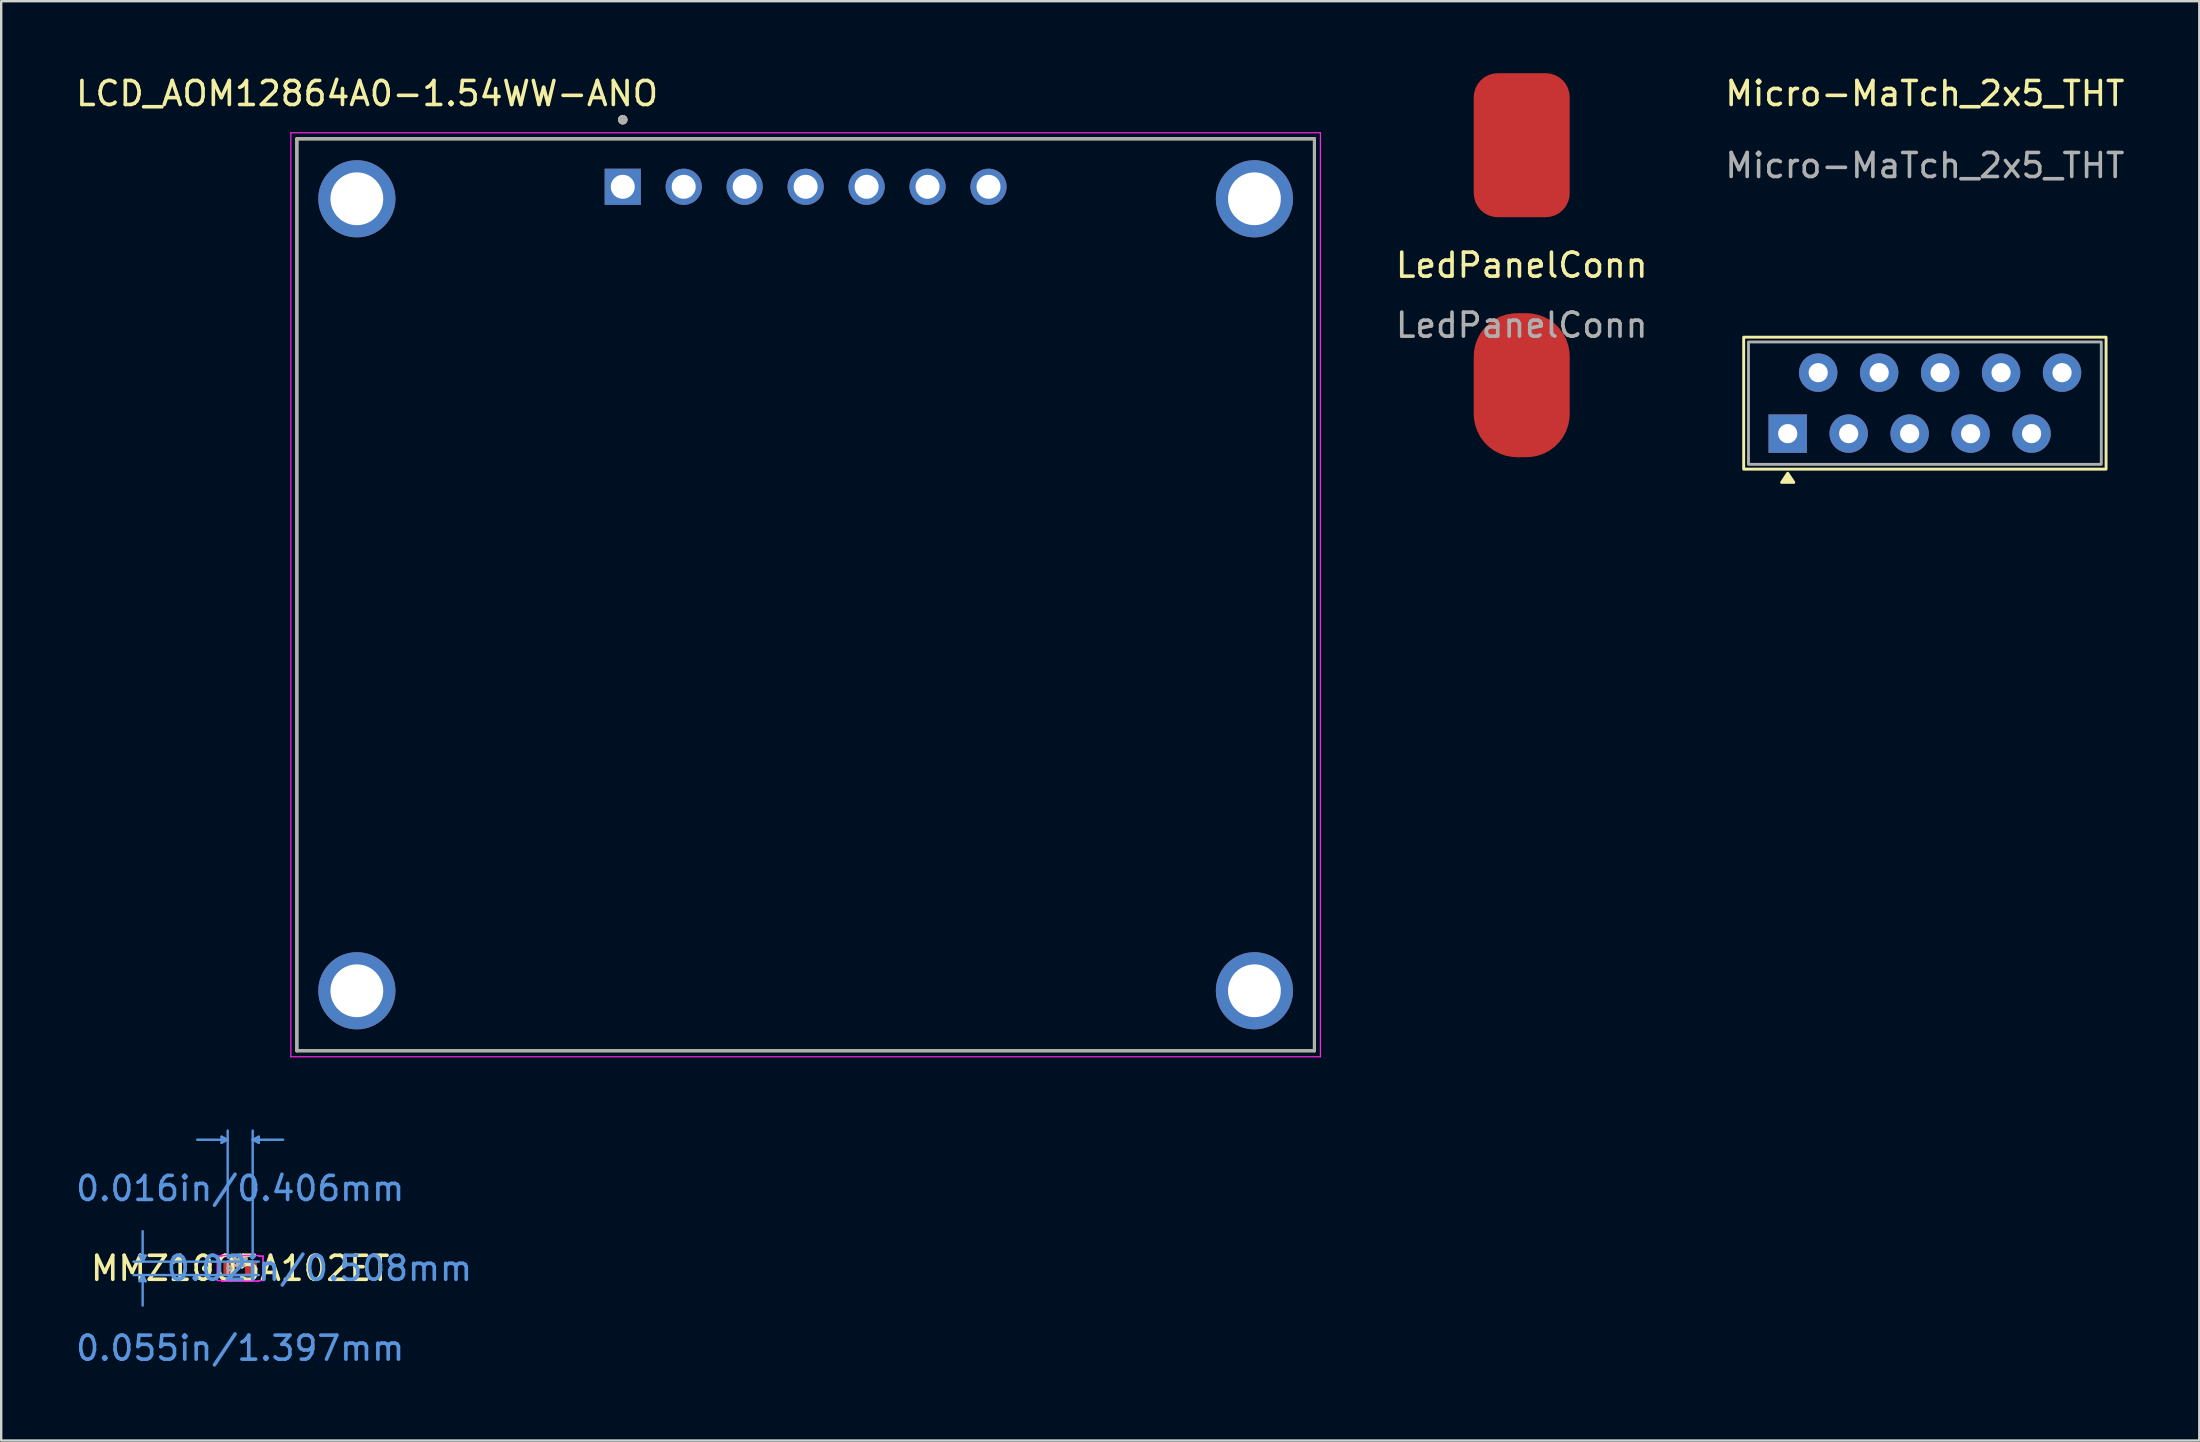
<source format=kicad_pcb>
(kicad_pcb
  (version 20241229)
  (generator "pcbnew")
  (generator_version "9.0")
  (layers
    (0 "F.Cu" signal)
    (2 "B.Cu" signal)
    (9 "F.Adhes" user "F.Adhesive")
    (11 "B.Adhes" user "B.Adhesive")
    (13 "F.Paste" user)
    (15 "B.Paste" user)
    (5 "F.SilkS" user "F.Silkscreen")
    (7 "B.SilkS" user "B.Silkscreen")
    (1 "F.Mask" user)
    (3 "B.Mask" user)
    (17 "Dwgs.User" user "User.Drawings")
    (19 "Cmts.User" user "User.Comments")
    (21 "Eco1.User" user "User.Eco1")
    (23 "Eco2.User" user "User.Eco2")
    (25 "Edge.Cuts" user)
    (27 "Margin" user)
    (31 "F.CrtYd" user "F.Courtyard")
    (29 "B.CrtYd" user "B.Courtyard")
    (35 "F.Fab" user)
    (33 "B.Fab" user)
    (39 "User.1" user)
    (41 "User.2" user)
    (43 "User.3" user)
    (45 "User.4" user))
  (footprint "LCD_AOM12864A0-1.54WW-ANO"
    (layer "F.Cu")
    (at 30.519 21.733)
    (property "Reference" "LCD_AOM12864A0-1.54WW-ANO" (at -18.275 -20.885 0) (layer "F.SilkS") (effects (font (size 1 1) (thickness 0.15))))
    (attr through_hole)
    (fp_line (start -21.2 -19) (end 21.2 -19) (stroke (width 0.127) (type solid)) (layer "F.SilkS"))
    (fp_line (start -21.2 19) (end -21.2 -19) (stroke (width 0.127) (type solid)) (layer "F.SilkS"))
    (fp_line (start 21.2 -19) (end 21.2 19) (stroke (width 0.127) (type solid)) (layer "F.SilkS"))
    (fp_line (start 21.2 19) (end -21.2 19) (stroke (width 0.127) (type solid)) (layer "F.SilkS"))
    (fp_circle (center -7.62 -19.794) (end -7.52 -19.794) (stroke (width 0.2) (type solid)) (fill no) (layer "F.SilkS"))
    (fp_line (start -21.45 -19.25) (end -21.45 19.25) (stroke (width 0.05) (type solid)) (layer "F.CrtYd"))
    (fp_line (start -21.45 19.25) (end 21.45 19.25) (stroke (width 0.05) (type solid)) (layer "F.CrtYd"))
    (fp_line (start 21.45 -19.25) (end -21.45 -19.25) (stroke (width 0.05) (type solid)) (layer "F.CrtYd"))
    (fp_line (start 21.45 19.25) (end 21.45 -19.25) (stroke (width 0.05) (type solid)) (layer "F.CrtYd"))
    (fp_line (start -21.2 -19) (end 21.2 -19) (stroke (width 0.127) (type solid)) (layer "F.Fab"))
    (fp_line (start -21.2 19) (end -21.2 -19) (stroke (width 0.127) (type solid)) (layer "F.Fab"))
    (fp_line (start 21.2 -19) (end 21.2 19) (stroke (width 0.127) (type solid)) (layer "F.Fab"))
    (fp_line (start 21.2 19) (end -21.2 19) (stroke (width 0.127) (type solid)) (layer "F.Fab"))
    (fp_circle (center -7.62 -19.794) (end -7.52 -19.794) (stroke (width 0.2) (type solid)) (fill no) (layer "F.Fab"))
    (pad "1" thru_hole rect (at -7.62 -17) (size 1.508 1.508) (drill 1) (layers "*.Cu" "*.Mask"))
    (pad "2" thru_hole circle (at -5.08 -17) (size 1.508 1.508) (drill 1) (layers "*.Cu" "*.Mask"))
    (pad "3" thru_hole circle (at -2.54 -17) (size 1.508 1.508) (drill 1) (layers "*.Cu" "*.Mask"))
    (pad "4" thru_hole circle (at 0 -17) (size 1.508 1.508) (drill 1) (layers "*.Cu" "*.Mask"))
    (pad "5" thru_hole circle (at 2.54 -17) (size 1.508 1.508) (drill 1) (layers "*.Cu" "*.Mask"))
    (pad "6" thru_hole circle (at 5.08 -17) (size 1.508 1.508) (drill 1) (layers "*.Cu" "*.Mask"))
    (pad "7" thru_hole circle (at 7.62 -17) (size 1.508 1.508) (drill 1) (layers "*.Cu" "*.Mask"))
    (pad "P1" thru_hole circle (at -18.7 -16.5) (size 3.216 3.216) (drill 2.2) (layers "*.Cu" "*.Mask"))
    (pad "P2" thru_hole circle (at 18.7 -16.5) (size 3.216 3.216) (drill 2.2) (layers "*.Cu" "*.Mask"))
    (pad "P3" thru_hole circle (at -18.7 16.5) (size 3.216 3.216) (drill 2.2) (layers "*.Cu" "*.Mask"))
    (pad "P4" thru_hole circle (at 18.7 16.5) (size 3.216 3.216) (drill 2.2) (layers "*.Cu" "*.Mask")))
  (footprint "MMZ1005A102ET"
    (layer "F.Cu")
    (at 6.958 49.799)
    (property "Reference" "MMZ1005A102ET" (at 0 0 0) (layer "F.SilkS") (effects (font (size 1 1) (thickness 0.15))))
    (attr through_hole)
    (fp_circle (center -1.46 0) (end -1.384 0) (stroke (width 0.12) (type solid)) (fill no) (layer "F.SilkS"))
    (fp_line (start -4.191 -0.533) (end -3.937 -0.533) (stroke (width 0.1) (type solid)) (layer "Cmts.User"))
    (fp_line (start -4.191 0.533) (end -3.937 0.533) (stroke (width 0.1) (type solid)) (layer "Cmts.User"))
    (fp_line (start -4.064 -0.279) (end -4.191 -0.533) (stroke (width 0.1) (type solid)) (layer "Cmts.User"))
    (fp_line (start -4.064 -0.279) (end -4.064 -1.549) (stroke (width 0.1) (type solid)) (layer "Cmts.User"))
    (fp_line (start -4.064 -0.279) (end -3.937 -0.533) (stroke (width 0.1) (type solid)) (layer "Cmts.User"))
    (fp_line (start -4.064 0.279) (end -4.191 0.533) (stroke (width 0.1) (type solid)) (layer "Cmts.User"))
    (fp_line (start -4.064 0.279) (end -4.064 1.549) (stroke (width 0.1) (type solid)) (layer "Cmts.User"))
    (fp_line (start -4.064 0.279) (end -3.937 0.533) (stroke (width 0.1) (type solid)) (layer "Cmts.User"))
    (fp_line (start -0.775 -5.486) (end -0.775 -5.232) (stroke (width 0.1) (type solid)) (layer "Cmts.User"))
    (fp_line (start -0.521 -5.359) (end -1.791 -5.359) (stroke (width 0.1) (type solid)) (layer "Cmts.User"))
    (fp_line (start -0.521 -5.359) (end -0.775 -5.486) (stroke (width 0.1) (type solid)) (layer "Cmts.User"))
    (fp_line (start -0.521 -5.359) (end -0.775 -5.232) (stroke (width 0.1) (type solid)) (layer "Cmts.User"))
    (fp_line (start -0.521 -0.508) (end -0.521 -5.74) (stroke (width 0.1) (type solid)) (layer "Cmts.User"))
    (fp_line (start 0.521 -5.359) (end 0.775 -5.486) (stroke (width 0.1) (type solid)) (layer "Cmts.User"))
    (fp_line (start 0.521 -5.359) (end 0.775 -5.232) (stroke (width 0.1) (type solid)) (layer "Cmts.User"))
    (fp_line (start 0.521 -5.359) (end 1.791 -5.359) (stroke (width 0.1) (type solid)) (layer "Cmts.User"))
    (fp_line (start 0.521 -0.508) (end 0.521 -5.74) (stroke (width 0.1) (type solid)) (layer "Cmts.User"))
    (fp_line (start 0.775 -5.486) (end 0.775 -5.232) (stroke (width 0.1) (type solid)) (layer "Cmts.User"))
    (fp_line (start 0.775 -0.279) (end -4.445 -0.279) (stroke (width 0.1) (type solid)) (layer "Cmts.User"))
    (fp_line (start 0.775 0.279) (end -4.445 0.279) (stroke (width 0.1) (type solid)) (layer "Cmts.User"))
    (fp_line (start -0.953 -0.508) (end -0.775 -0.508) (stroke (width 0.05) (type solid)) (layer "F.CrtYd"))
    (fp_line (start -0.953 -0.508) (end -0.775 -0.508) (stroke (width 0.05) (type solid)) (layer "F.CrtYd"))
    (fp_line (start -0.953 0.508) (end -0.953 -0.508) (stroke (width 0.05) (type solid)) (layer "F.CrtYd"))
    (fp_line (start -0.953 0.508) (end -0.953 -0.508) (stroke (width 0.05) (type solid)) (layer "F.CrtYd"))
    (fp_line (start -0.775 -0.533) (end 0.775 -0.533) (stroke (width 0.05) (type solid)) (layer "F.CrtYd"))
    (fp_line (start -0.775 -0.533) (end 0.775 -0.533) (stroke (width 0.05) (type solid)) (layer "F.CrtYd"))
    (fp_line (start -0.775 -0.508) (end -0.775 -0.533) (stroke (width 0.05) (type solid)) (layer "F.CrtYd"))
    (fp_line (start -0.775 -0.508) (end -0.775 -0.533) (stroke (width 0.05) (type solid)) (layer "F.CrtYd"))
    (fp_line (start -0.775 0.508) (end -0.953 0.508) (stroke (width 0.05) (type solid)) (layer "F.CrtYd"))
    (fp_line (start -0.775 0.508) (end -0.953 0.508) (stroke (width 0.05) (type solid)) (layer "F.CrtYd"))
    (fp_line (start -0.775 0.533) (end -0.775 0.508) (stroke (width 0.05) (type solid)) (layer "F.CrtYd"))
    (fp_line (start -0.775 0.533) (end -0.775 0.508) (stroke (width 0.05) (type solid)) (layer "F.CrtYd"))
    (fp_line (start 0.775 -0.533) (end 0.775 -0.508) (stroke (width 0.05) (type solid)) (layer "F.CrtYd"))
    (fp_line (start 0.775 -0.533) (end 0.775 -0.508) (stroke (width 0.05) (type solid)) (layer "F.CrtYd"))
    (fp_line (start 0.775 -0.508) (end 0.953 -0.508) (stroke (width 0.05) (type solid)) (layer "F.CrtYd"))
    (fp_line (start 0.775 -0.508) (end 0.953 -0.508) (stroke (width 0.05) (type solid)) (layer "F.CrtYd"))
    (fp_line (start 0.775 0.508) (end 0.775 0.533) (stroke (width 0.05) (type solid)) (layer "F.CrtYd"))
    (fp_line (start 0.775 0.508) (end 0.775 0.533) (stroke (width 0.05) (type solid)) (layer "F.CrtYd"))
    (fp_line (start 0.775 0.533) (end -0.775 0.533) (stroke (width 0.05) (type solid)) (layer "F.CrtYd"))
    (fp_line (start 0.775 0.533) (end -0.775 0.533) (stroke (width 0.05) (type solid)) (layer "F.CrtYd"))
    (fp_line (start 0.953 -0.508) (end 0.953 0.508) (stroke (width 0.05) (type solid)) (layer "F.CrtYd"))
    (fp_line (start 0.953 -0.508) (end 0.953 0.508) (stroke (width 0.05) (type solid)) (layer "F.CrtYd"))
    (fp_line (start 0.953 0.508) (end 0.775 0.508) (stroke (width 0.05) (type solid)) (layer "F.CrtYd"))
    (fp_line (start 0.953 0.508) (end 0.775 0.508) (stroke (width 0.05) (type solid)) (layer "F.CrtYd"))
    (fp_line (start -0.521 -0.279) (end -0.521 0.279) (stroke (width 0.1) (type solid)) (layer "F.Fab"))
    (fp_line (start -0.521 0.279) (end 0.521 0.279) (stroke (width 0.1) (type solid)) (layer "F.Fab"))
    (fp_line (start 0.521 -0.279) (end -0.521 -0.279) (stroke (width 0.1) (type solid)) (layer "F.Fab"))
    (fp_line (start 0.521 0.279) (end 0.521 -0.279) (stroke (width 0.1) (type solid)) (layer "F.Fab"))
    (fp_circle (center -0.445 0) (end -0.368 0) (stroke (width 0.1) (type solid)) (fill no) (layer "F.Fab"))
    (fp_text user "*" (at 0 0 0) (layer "F.SilkS") (effects (font (size 1 1) (thickness 0.15))))
    (fp_text user "0.016in/0.406mm" (at 0 -3.327 0) (layer "Cmts.User") (effects (font (size 1 1) (thickness 0.15))))
    (fp_text user "Copyright 2021 Accelerated Designs. All rights reserved." (at 0 0 0) (layer "Cmts.User") (effects (font (size 0.127 0.127) (thickness 0.002))))
    (fp_text user "0.055in/1.397mm" (at 0 3.327 0) (layer "Cmts.User") (effects (font (size 1 1) (thickness 0.15))))
    (fp_text user "0.02in/0.508mm" (at 3.302 0 0) (layer "Cmts.User") (effects (font (size 1 1) (thickness 0.15))))
    (fp_text user "*" (at 0 0 0) (layer "F.Fab") (effects (font (size 1 1) (thickness 0.15))))
    (pad "1" smd rect (at -0.451 0) (size 0.495 0.508) (layers "F.Cu" "F.Mask" "F.Paste"))
    (pad "2" smd rect (at 0.451 0) (size 0.495 0.508) (layers "F.Cu" "F.Mask" "F.Paste")))
  (footprint "LedPanelConn"
    (layer "F.Cu")
    (at 60.357 8)
    (property "Reference" "LedPanelConn" (at 0 0 0) (unlocked yes) (layer "F.SilkS") (effects (font (size 1 1) (thickness 0.15))))
    (attr smd)
    (fp_text user "${REFERENCE}" (at 0 2.5 0) (unlocked yes) (layer "F.Fab") (effects (font (size 1 1) (thickness 0.15))))
    (pad "1" smd roundrect (at 0 -5) (size 4 6) (layers "F.Cu" "F.Mask" "F.Paste") (roundrect_rratio 0.25))
    (pad "2" smd roundrect (at 0 5) (size 4 6) (layers "F.Cu" "F.Mask" "F.Paste") (roundrect_rratio 0.45)))
  (footprint "Micro-MaTch_2x5_THT"
    (layer "F.Cu")
    (at 77.155 13.748)
    (property "Reference" "Micro-MaTch_2x5_THT" (at 0 -12.9 0) (unlocked yes) (layer "F.SilkS") (effects (font (size 1 1) (thickness 0.15))))
    (attr through_hole)
    (fp_rect (start -7.55 -2.75) (end 7.55 2.75) (stroke (width 0.12) (type solid)) (fill no) (layer "F.SilkS"))
    (fp_poly (pts (xy -5.715 2.921) (xy -5.461 3.302) (xy -5.969 3.302)) (stroke (width 0.12) (type solid)) (fill yes) (layer "F.SilkS"))
    (fp_rect (start -7.35 -2.55) (end 7.35 2.55) (stroke (width 0.12) (type solid)) (fill no) (layer "F.Fab"))
    (fp_text user "${REFERENCE}" (at 0 -9.9 0) (unlocked yes) (layer "F.Fab") (effects (font (size 1 1) (thickness 0.15))))
    (pad "1" thru_hole rect (at -5.715 1.27 180) (size 1.6 1.6) (drill 0.8) (layers "*.Cu" "*.Mask"))
    (pad "2" thru_hole circle (at -4.445 -1.27 180) (size 1.6 1.6) (drill 0.8) (layers "*.Cu" "*.Mask"))
    (pad "3" thru_hole circle (at -3.175 1.27 180) (size 1.6 1.6) (drill 0.8) (layers "*.Cu" "*.Mask"))
    (pad "4" thru_hole circle (at -1.905 -1.27 180) (size 1.6 1.6) (drill 0.8) (layers "*.Cu" "*.Mask"))
    (pad "5" thru_hole circle (at -0.635 1.27 180) (size 1.6 1.6) (drill 0.8) (layers "*.Cu" "*.Mask"))
    (pad "6" thru_hole circle (at 0.635 -1.27 180) (size 1.6 1.6) (drill 0.8) (layers "*.Cu" "*.Mask"))
    (pad "7" thru_hole circle (at 1.905 1.27 180) (size 1.6 1.6) (drill 0.8) (layers "*.Cu" "*.Mask"))
    (pad "8" thru_hole circle (at 3.175 -1.27 180) (size 1.6 1.6) (drill 0.8) (layers "*.Cu" "*.Mask"))
    (pad "9" thru_hole circle (at 4.445 1.27 180) (size 1.6 1.6) (drill 0.8) (layers "*.Cu" "*.Mask"))
    (pad "10" thru_hole circle (at 5.715 -1.27 180) (size 1.6 1.6) (drill 0.8) (layers "*.Cu" "*.Mask")))
  (gr_rect
    (start -3 -3)
    (end 88.589 56.974)
    (stroke (width 0.1) (type default))
    (fill no)
    (layer "Edge.Cuts")))
</source>
